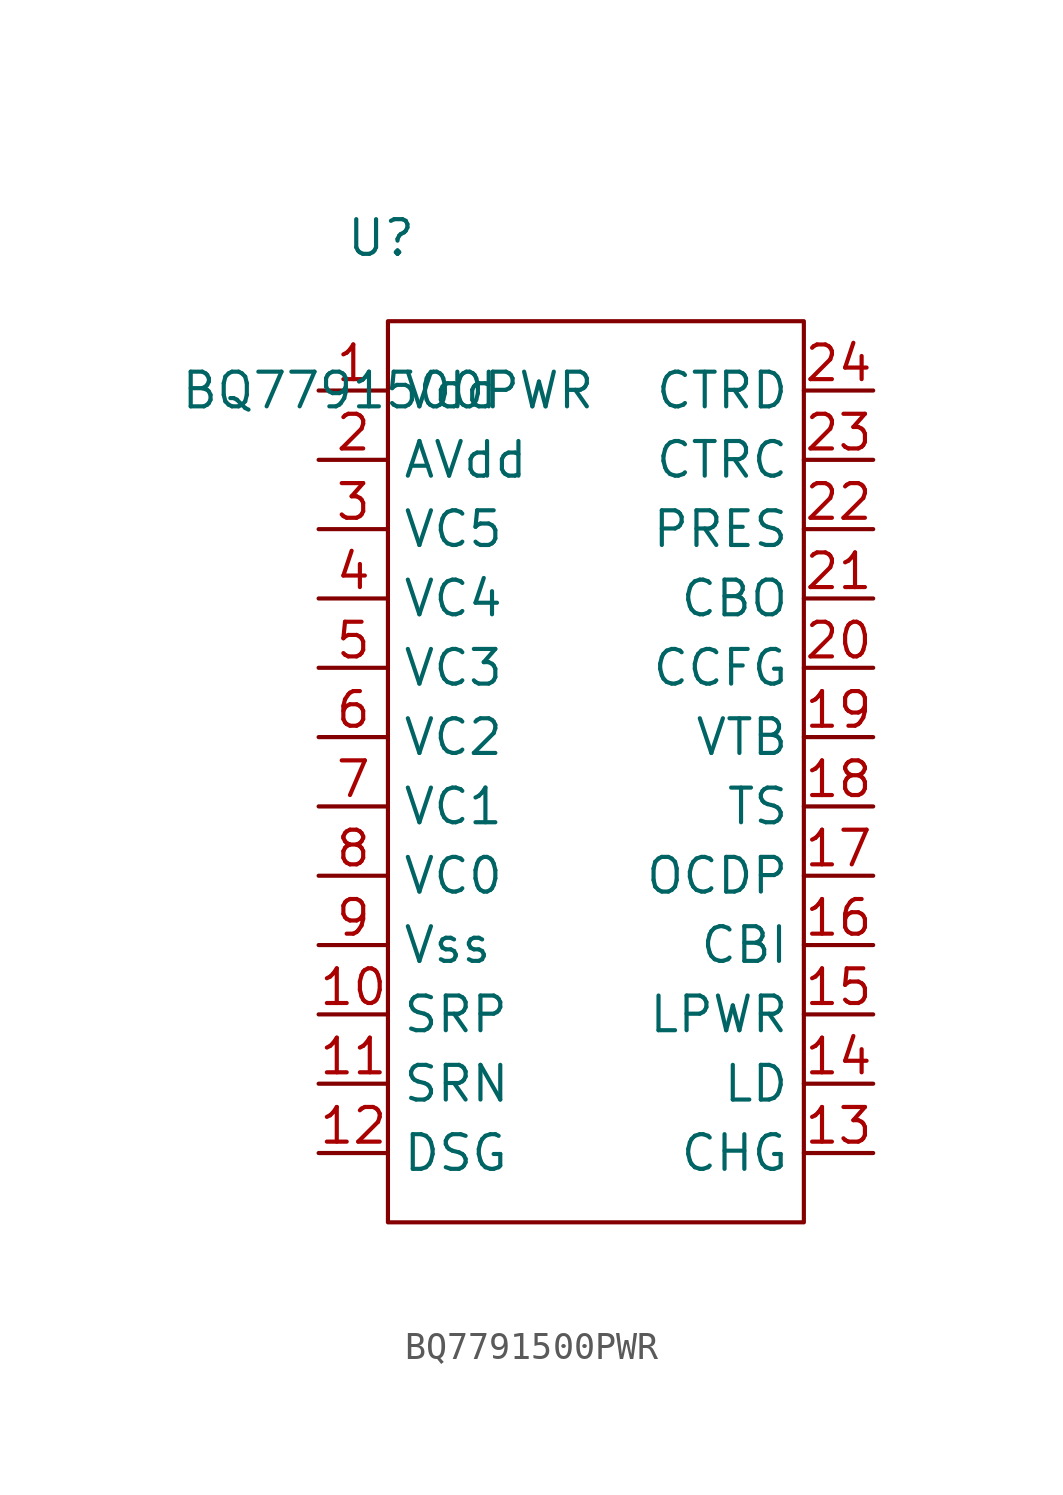
<source format=kicad_sym>
(kicad_symbol_lib
  (version 20231120)
  (generator "kicad_symbol_editor")
  (generator_version "8.0")
  (symbol "BQ7791500PWR"
    (property "Reference" "U"
      (at -7.874 18.288 0)
      (effects (font (size 1.27 1.27))))
    (property "Value" "BQ7791500PWR"
      (at -7.62 12.7 0)
      (effects (font (size 1.27 1.27))))
    (symbol "BQ7791500PWR_0_1"
      (rectangle (start -7.62 15.24) (end 7.62 -17.78) (stroke (width 0) (type default)) (fill (type none))))
    (symbol "BQ7791500PWR_1_1"
      (pin power_in line (at -10.16 12.7 0) (length 2.54) (name "Vdd" (effects (font (size 1.27 1.27)))) (number "1" (effects (font (size 1.27 1.27)))))
      (pin input line (at -10.16 -10.16 0) (length 2.54) (name "SRP" (effects (font (size 1.27 1.27)))) (number "10" (effects (font (size 1.27 1.27)))))
      (pin input line (at -10.16 -12.7 0) (length 2.54) (name "SRN" (effects (font (size 1.27 1.27)))) (number "11" (effects (font (size 1.27 1.27)))))
      (pin output line (at -10.16 -15.24 0) (length 2.54) (name "DSG" (effects (font (size 1.27 1.27)))) (number "12" (effects (font (size 1.27 1.27)))))
      (pin output line (at 10.16 -15.24 180) (length 2.54) (name "CHG" (effects (font (size 1.27 1.27)))) (number "13" (effects (font (size 1.27 1.27)))))
      (pin passive line (at 10.16 -12.7 180) (length 2.54) (name "LD" (effects (font (size 1.27 1.27)))) (number "14" (effects (font (size 1.27 1.27)))))
      (pin passive line (at 10.16 -10.16 180) (length 2.54) (name "LPWR" (effects (font (size 1.27 1.27)))) (number "15" (effects (font (size 1.27 1.27)))))
      (pin passive line (at 10.16 -7.62 180) (length 2.54) (name "CBI" (effects (font (size 1.27 1.27)))) (number "16" (effects (font (size 1.27 1.27)))))
      (pin passive line (at 10.16 -5.08 180) (length 2.54) (name "OCDP" (effects (font (size 1.27 1.27)))) (number "17" (effects (font (size 1.27 1.27)))))
      (pin passive line (at 10.16 -2.54 180) (length 2.54) (name "TS" (effects (font (size 1.27 1.27)))) (number "18" (effects (font (size 1.27 1.27)))))
      (pin passive line (at 10.16 0 180) (length 2.54) (name "VTB" (effects (font (size 1.27 1.27)))) (number "19" (effects (font (size 1.27 1.27)))))
      (pin power_in line (at -10.16 10.16 0) (length 2.54) (name "AVdd" (effects (font (size 1.27 1.27)))) (number "2" (effects (font (size 1.27 1.27)))))
      (pin passive line (at 10.16 2.54 180) (length 2.54) (name "CCFG" (effects (font (size 1.27 1.27)))) (number "20" (effects (font (size 1.27 1.27)))))
      (pin passive line (at 10.16 5.08 180) (length 2.54) (name "CBO" (effects (font (size 1.27 1.27)))) (number "21" (effects (font (size 1.27 1.27)))))
      (pin passive line (at 10.16 7.62 180) (length 2.54) (name "PRES" (effects (font (size 1.27 1.27)))) (number "22" (effects (font (size 1.27 1.27)))))
      (pin passive line (at 10.16 10.16 180) (length 2.54) (name "CTRC" (effects (font (size 1.27 1.27)))) (number "23" (effects (font (size 1.27 1.27)))))
      (pin passive line (at 10.16 12.7 180) (length 2.54) (name "CTRD" (effects (font (size 1.27 1.27)))) (number "24" (effects (font (size 1.27 1.27)))))
      (pin passive line (at -10.16 7.62 0) (length 2.54) (name "VC5" (effects (font (size 1.27 1.27)))) (number "3" (effects (font (size 1.27 1.27)))))
      (pin passive line (at -10.16 5.08 0) (length 2.54) (name "VC4" (effects (font (size 1.27 1.27)))) (number "4" (effects (font (size 1.27 1.27)))))
      (pin passive line (at -10.16 2.54 0) (length 2.54) (name "VC3" (effects (font (size 1.27 1.27)))) (number "5" (effects (font (size 1.27 1.27)))))
      (pin passive line (at -10.16 0 0) (length 2.54) (name "VC2" (effects (font (size 1.27 1.27)))) (number "6" (effects (font (size 1.27 1.27)))))
      (pin passive line (at -10.16 -2.54 0) (length 2.54) (name "VC1" (effects (font (size 1.27 1.27)))) (number "7" (effects (font (size 1.27 1.27)))))
      (pin passive line (at -10.16 -5.08 0) (length 2.54) (name "VC0" (effects (font (size 1.27 1.27)))) (number "8" (effects (font (size 1.27 1.27)))))
      (pin power_out line (at -10.16 -7.62 0) (length 2.54) (name "Vss" (effects (font (size 1.27 1.27)))) (number "9" (effects (font (size 1.27 1.27))))))))
</source>
